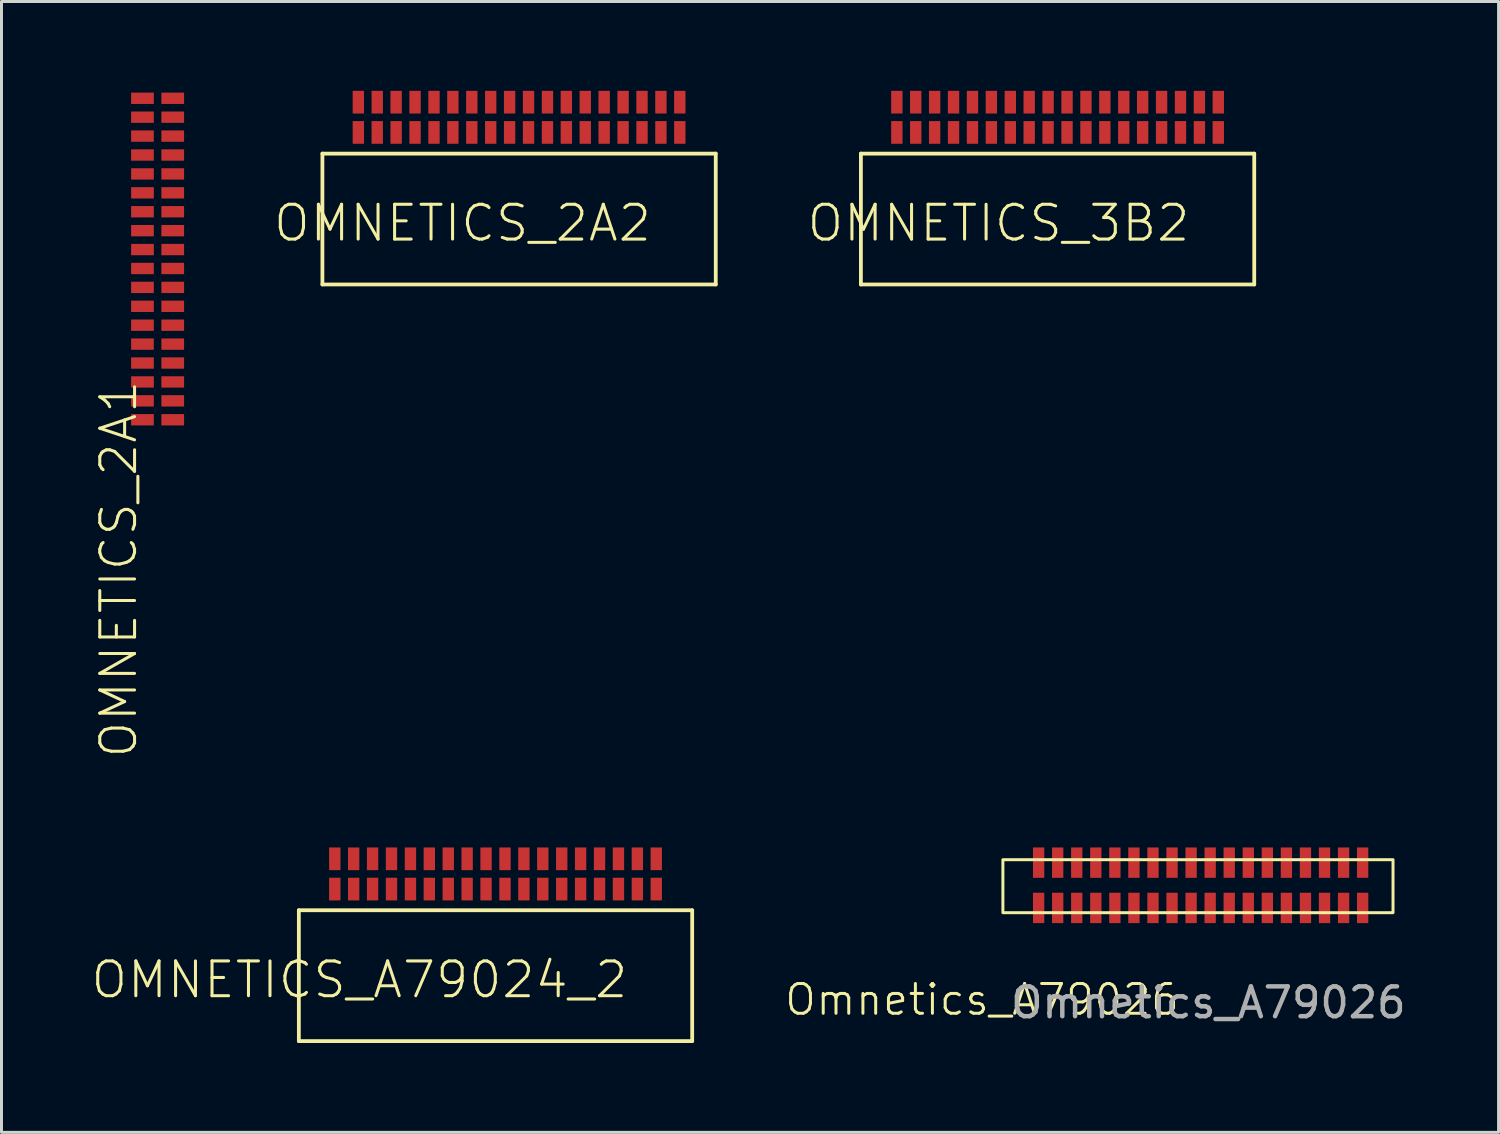
<source format=kicad_pcb>
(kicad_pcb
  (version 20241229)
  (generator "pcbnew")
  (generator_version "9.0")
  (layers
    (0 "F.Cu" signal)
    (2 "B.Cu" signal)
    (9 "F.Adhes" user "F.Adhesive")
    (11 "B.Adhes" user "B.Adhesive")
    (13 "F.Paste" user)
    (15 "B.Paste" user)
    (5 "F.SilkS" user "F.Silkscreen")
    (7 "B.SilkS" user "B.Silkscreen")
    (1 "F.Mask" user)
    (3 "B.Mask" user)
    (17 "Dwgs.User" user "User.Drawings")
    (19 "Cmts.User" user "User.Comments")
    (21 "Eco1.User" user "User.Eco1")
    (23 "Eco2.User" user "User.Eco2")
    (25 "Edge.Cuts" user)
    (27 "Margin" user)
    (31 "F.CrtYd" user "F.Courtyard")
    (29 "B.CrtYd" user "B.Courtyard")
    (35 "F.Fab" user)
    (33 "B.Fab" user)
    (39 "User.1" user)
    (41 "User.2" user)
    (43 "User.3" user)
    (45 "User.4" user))
  (footprint "OMNETICS_2A1"
    (layer "F.Cu")
    (at 2.25 0.25)
    (property "Reference" "OMNETICS_2A1" (at -2 9.4 270) (layer "F.SilkS") (effects (font (size 1.168 1.168) (thickness 0.102)) (justify right top)))
    (pad "B1" smd rect (at -0.516 0 270) (size 0.381 0.762) (layers "F.Cu" "F.Mask" "F.Paste"))
    (pad "B2" smd rect (at -0.516 0.635 270) (size 0.381 0.762) (layers "F.Cu" "F.Mask" "F.Paste"))
    (pad "B3" smd rect (at -0.516 1.27 270) (size 0.381 0.762) (layers "F.Cu" "F.Mask" "F.Paste"))
    (pad "B4" smd rect (at -0.516 1.905 270) (size 0.381 0.762) (layers "F.Cu" "F.Mask" "F.Paste"))
    (pad "B5" smd rect (at -0.516 2.54 270) (size 0.381 0.762) (layers "F.Cu" "F.Mask" "F.Paste"))
    (pad "B6" smd rect (at -0.516 3.175 270) (size 0.381 0.762) (layers "F.Cu" "F.Mask" "F.Paste"))
    (pad "B7" smd rect (at -0.516 3.81 270) (size 0.381 0.762) (layers "F.Cu" "F.Mask" "F.Paste"))
    (pad "B8" smd rect (at -0.516 4.445 270) (size 0.381 0.762) (layers "F.Cu" "F.Mask" "F.Paste"))
    (pad "B9" smd rect (at -0.516 5.08 270) (size 0.381 0.762) (layers "F.Cu" "F.Mask" "F.Paste"))
    (pad "B10" smd rect (at -0.516 5.715 270) (size 0.381 0.762) (layers "F.Cu" "F.Mask" "F.Paste"))
    (pad "B11" smd rect (at -0.516 6.35 270) (size 0.381 0.762) (layers "F.Cu" "F.Mask" "F.Paste"))
    (pad "B12" smd rect (at -0.516 6.985 270) (size 0.381 0.762) (layers "F.Cu" "F.Mask" "F.Paste"))
    (pad "B13" smd rect (at -0.516 7.62 270) (size 0.381 0.762) (layers "F.Cu" "F.Mask" "F.Paste"))
    (pad "B14" smd rect (at -0.516 8.255 270) (size 0.381 0.762) (layers "F.Cu" "F.Mask" "F.Paste"))
    (pad "B15" smd rect (at -0.516 8.89 270) (size 0.381 0.762) (layers "F.Cu" "F.Mask" "F.Paste"))
    (pad "B16" smd rect (at -0.516 9.525 270) (size 0.381 0.762) (layers "F.Cu" "F.Mask" "F.Paste"))
    (pad "B17" smd rect (at -0.516 10.16 270) (size 0.381 0.762) (layers "F.Cu" "F.Mask" "F.Paste"))
    (pad "B18" smd rect (at -0.516 10.795 270) (size 0.381 0.762) (layers "F.Cu" "F.Mask" "F.Paste"))
    (pad "T1" smd rect (at 0.5 0 270) (size 0.381 0.762) (layers "F.Cu" "F.Mask" "F.Paste"))
    (pad "T2" smd rect (at 0.5 0.635 270) (size 0.381 0.762) (layers "F.Cu" "F.Mask" "F.Paste"))
    (pad "T3" smd rect (at 0.5 1.27 270) (size 0.381 0.762) (layers "F.Cu" "F.Mask" "F.Paste"))
    (pad "T4" smd rect (at 0.5 1.905 270) (size 0.381 0.762) (layers "F.Cu" "F.Mask" "F.Paste"))
    (pad "T5" smd rect (at 0.5 2.54 270) (size 0.381 0.762) (layers "F.Cu" "F.Mask" "F.Paste"))
    (pad "T6" smd rect (at 0.5 3.175 270) (size 0.381 0.762) (layers "F.Cu" "F.Mask" "F.Paste"))
    (pad "T7" smd rect (at 0.5 3.81 270) (size 0.381 0.762) (layers "F.Cu" "F.Mask" "F.Paste"))
    (pad "T8" smd rect (at 0.5 4.445 270) (size 0.381 0.762) (layers "F.Cu" "F.Mask" "F.Paste"))
    (pad "T9" smd rect (at 0.5 5.08 270) (size 0.381 0.762) (layers "F.Cu" "F.Mask" "F.Paste"))
    (pad "T10" smd rect (at 0.5 5.715 270) (size 0.381 0.762) (layers "F.Cu" "F.Mask" "F.Paste"))
    (pad "T11" smd rect (at 0.5 6.35 270) (size 0.381 0.762) (layers "F.Cu" "F.Mask" "F.Paste"))
    (pad "T12" smd rect (at 0.5 6.985 270) (size 0.381 0.762) (layers "F.Cu" "F.Mask" "F.Paste"))
    (pad "T13" smd rect (at 0.5 7.62 270) (size 0.381 0.762) (layers "F.Cu" "F.Mask" "F.Paste"))
    (pad "T14" smd rect (at 0.5 8.255 270) (size 0.381 0.762) (layers "F.Cu" "F.Mask" "F.Paste"))
    (pad "T15" smd rect (at 0.5 8.89 270) (size 0.381 0.762) (layers "F.Cu" "F.Mask" "F.Paste"))
    (pad "T16" smd rect (at 0.5 9.525 270) (size 0.381 0.762) (layers "F.Cu" "F.Mask" "F.Paste"))
    (pad "T17" smd rect (at 0.5 10.16 270) (size 0.381 0.762) (layers "F.Cu" "F.Mask" "F.Paste"))
    (pad "T18" smd rect (at 0.5 10.795 270) (size 0.381 0.762) (layers "F.Cu" "F.Mask" "F.Paste")))
  (footprint "OMNETICS_3B2"
    (layer "F.Cu")
    (at 32.462 2.108)
    (property "Reference" "OMNETICS_3B2" (at 4.508 1.651 0) (layer "F.SilkS") (effects (font (size 1.168 1.168) (thickness 0.102)) (justify right top)))
    (fp_line (start -6.604 0) (end -6.604 4.394) (stroke (width 0.127) (type solid)) (layer "F.SilkS"))
    (fp_line (start -6.604 4.394) (end 6.604 4.394) (stroke (width 0.127) (type solid)) (layer "F.SilkS"))
    (fp_line (start 6.604 0) (end -6.604 0) (stroke (width 0.127) (type solid)) (layer "F.SilkS"))
    (fp_line (start 6.604 4.394) (end 6.604 0) (stroke (width 0.127) (type solid)) (layer "F.SilkS"))
    (pad "B1" smd rect (at -5.397 -0.711) (size 0.381 0.762) (layers "F.Cu" "F.Mask" "F.Paste"))
    (pad "B2" smd rect (at -4.763 -0.711) (size 0.381 0.762) (layers "F.Cu" "F.Mask" "F.Paste"))
    (pad "B3" smd rect (at -4.128 -0.711) (size 0.381 0.762) (layers "F.Cu" "F.Mask" "F.Paste"))
    (pad "B4" smd rect (at -3.493 -0.711) (size 0.381 0.762) (layers "F.Cu" "F.Mask" "F.Paste"))
    (pad "B5" smd rect (at -2.857 -0.711) (size 0.381 0.762) (layers "F.Cu" "F.Mask" "F.Paste"))
    (pad "B6" smd rect (at -2.223 -0.711) (size 0.381 0.762) (layers "F.Cu" "F.Mask" "F.Paste"))
    (pad "B7" smd rect (at -1.587 -0.711) (size 0.381 0.762) (layers "F.Cu" "F.Mask" "F.Paste"))
    (pad "B8" smd rect (at -0.953 -0.711) (size 0.381 0.762) (layers "F.Cu" "F.Mask" "F.Paste"))
    (pad "B9" smd rect (at -0.318 -0.711) (size 0.381 0.762) (layers "F.Cu" "F.Mask" "F.Paste"))
    (pad "B10" smd rect (at 0.318 -0.711) (size 0.381 0.762) (layers "F.Cu" "F.Mask" "F.Paste"))
    (pad "B11" smd rect (at 0.953 -0.711) (size 0.381 0.762) (layers "F.Cu" "F.Mask" "F.Paste"))
    (pad "B12" smd rect (at 1.587 -0.711) (size 0.381 0.762) (layers "F.Cu" "F.Mask" "F.Paste"))
    (pad "B13" smd rect (at 2.223 -0.711) (size 0.381 0.762) (layers "F.Cu" "F.Mask" "F.Paste"))
    (pad "B14" smd rect (at 2.857 -0.711) (size 0.381 0.762) (layers "F.Cu" "F.Mask" "F.Paste"))
    (pad "B15" smd rect (at 3.493 -0.711) (size 0.381 0.762) (layers "F.Cu" "F.Mask" "F.Paste"))
    (pad "B16" smd rect (at 4.128 -0.711) (size 0.381 0.762) (layers "F.Cu" "F.Mask" "F.Paste"))
    (pad "B17" smd rect (at 4.763 -0.711) (size 0.381 0.762) (layers "F.Cu" "F.Mask" "F.Paste"))
    (pad "B18" smd rect (at 5.397 -0.711) (size 0.381 0.762) (layers "F.Cu" "F.Mask" "F.Paste"))
    (pad "T1" smd rect (at -5.397 -1.727) (size 0.381 0.762) (layers "F.Cu" "F.Mask" "F.Paste"))
    (pad "T2" smd rect (at -4.763 -1.727) (size 0.381 0.762) (layers "F.Cu" "F.Mask" "F.Paste"))
    (pad "T3" smd rect (at -4.128 -1.727) (size 0.381 0.762) (layers "F.Cu" "F.Mask" "F.Paste"))
    (pad "T4" smd rect (at -3.493 -1.727) (size 0.381 0.762) (layers "F.Cu" "F.Mask" "F.Paste"))
    (pad "T5" smd rect (at -2.857 -1.727) (size 0.381 0.762) (layers "F.Cu" "F.Mask" "F.Paste"))
    (pad "T6" smd rect (at -2.223 -1.727) (size 0.381 0.762) (layers "F.Cu" "F.Mask" "F.Paste"))
    (pad "T7" smd rect (at -1.587 -1.727) (size 0.381 0.762) (layers "F.Cu" "F.Mask" "F.Paste"))
    (pad "T8" smd rect (at -0.953 -1.727) (size 0.381 0.762) (layers "F.Cu" "F.Mask" "F.Paste"))
    (pad "T9" smd rect (at -0.318 -1.727) (size 0.381 0.762) (layers "F.Cu" "F.Mask" "F.Paste"))
    (pad "T10" smd rect (at 0.318 -1.727) (size 0.381 0.762) (layers "F.Cu" "F.Mask" "F.Paste"))
    (pad "T11" smd rect (at 0.953 -1.727) (size 0.381 0.762) (layers "F.Cu" "F.Mask" "F.Paste"))
    (pad "T12" smd rect (at 1.587 -1.727) (size 0.381 0.762) (layers "F.Cu" "F.Mask" "F.Paste"))
    (pad "T13" smd rect (at 2.223 -1.727) (size 0.381 0.762) (layers "F.Cu" "F.Mask" "F.Paste"))
    (pad "T14" smd rect (at 2.857 -1.727) (size 0.381 0.762) (layers "F.Cu" "F.Mask" "F.Paste"))
    (pad "T15" smd rect (at 3.493 -1.727) (size 0.381 0.762) (layers "F.Cu" "F.Mask" "F.Paste"))
    (pad "T16" smd rect (at 4.128 -1.727) (size 0.381 0.762) (layers "F.Cu" "F.Mask" "F.Paste"))
    (pad "T17" smd rect (at 4.763 -1.727) (size 0.381 0.762) (layers "F.Cu" "F.Mask" "F.Paste"))
    (pad "T18" smd rect (at 5.397 -1.727) (size 0.381 0.762) (layers "F.Cu" "F.Mask" "F.Paste")))
  (footprint "OMNETICS_A79024_2"
    (layer "F.Cu")
    (at 13.589 27.515)
    (property "Reference" "OMNETICS_A79024_2" (at 4.508 1.651 0) (layer "F.SilkS") (effects (font (size 1.168 1.168) (thickness 0.102)) (justify right top)))
    (fp_line (start -6.604 0) (end -6.604 4.394) (stroke (width 0.127) (type solid)) (layer "F.SilkS"))
    (fp_line (start -6.604 4.394) (end 6.604 4.394) (stroke (width 0.127) (type solid)) (layer "F.SilkS"))
    (fp_line (start 6.604 0) (end -6.604 0) (stroke (width 0.127) (type solid)) (layer "F.SilkS"))
    (fp_line (start 6.604 4.394) (end 6.604 0) (stroke (width 0.127) (type solid)) (layer "F.SilkS"))
    (pad "B1" smd rect (at -5.397 -0.711) (size 0.381 0.762) (layers "F.Cu" "F.Mask" "F.Paste"))
    (pad "B2" smd rect (at -4.763 -0.711) (size 0.381 0.762) (layers "F.Cu" "F.Mask" "F.Paste"))
    (pad "B3" smd rect (at -4.128 -0.711) (size 0.381 0.762) (layers "F.Cu" "F.Mask" "F.Paste"))
    (pad "B4" smd rect (at -3.493 -0.711) (size 0.381 0.762) (layers "F.Cu" "F.Mask" "F.Paste"))
    (pad "B5" smd rect (at -2.857 -0.711) (size 0.381 0.762) (layers "F.Cu" "F.Mask" "F.Paste"))
    (pad "B6" smd rect (at -2.223 -0.711) (size 0.381 0.762) (layers "F.Cu" "F.Mask" "F.Paste"))
    (pad "B7" smd rect (at -1.587 -0.711) (size 0.381 0.762) (layers "F.Cu" "F.Mask" "F.Paste"))
    (pad "B8" smd rect (at -0.953 -0.711) (size 0.381 0.762) (layers "F.Cu" "F.Mask" "F.Paste"))
    (pad "B9" smd rect (at -0.318 -0.711) (size 0.381 0.762) (layers "F.Cu" "F.Mask" "F.Paste"))
    (pad "B10" smd rect (at 0.318 -0.711) (size 0.381 0.762) (layers "F.Cu" "F.Mask" "F.Paste"))
    (pad "B11" smd rect (at 0.953 -0.711) (size 0.381 0.762) (layers "F.Cu" "F.Mask" "F.Paste"))
    (pad "B12" smd rect (at 1.587 -0.711) (size 0.381 0.762) (layers "F.Cu" "F.Mask" "F.Paste"))
    (pad "B13" smd rect (at 2.223 -0.711) (size 0.381 0.762) (layers "F.Cu" "F.Mask" "F.Paste"))
    (pad "B14" smd rect (at 2.857 -0.711) (size 0.381 0.762) (layers "F.Cu" "F.Mask" "F.Paste"))
    (pad "B15" smd rect (at 3.493 -0.711) (size 0.381 0.762) (layers "F.Cu" "F.Mask" "F.Paste"))
    (pad "B16" smd rect (at 4.128 -0.711) (size 0.381 0.762) (layers "F.Cu" "F.Mask" "F.Paste"))
    (pad "B17" smd rect (at 4.763 -0.711) (size 0.381 0.762) (layers "F.Cu" "F.Mask" "F.Paste"))
    (pad "B18" smd rect (at 5.397 -0.711) (size 0.381 0.762) (layers "F.Cu" "F.Mask" "F.Paste"))
    (pad "T1" smd rect (at -5.397 -1.727) (size 0.381 0.762) (layers "F.Cu" "F.Mask" "F.Paste"))
    (pad "T2" smd rect (at -4.763 -1.727) (size 0.381 0.762) (layers "F.Cu" "F.Mask" "F.Paste"))
    (pad "T3" smd rect (at -4.128 -1.727) (size 0.381 0.762) (layers "F.Cu" "F.Mask" "F.Paste"))
    (pad "T4" smd rect (at -3.493 -1.727) (size 0.381 0.762) (layers "F.Cu" "F.Mask" "F.Paste"))
    (pad "T5" smd rect (at -2.857 -1.727) (size 0.381 0.762) (layers "F.Cu" "F.Mask" "F.Paste"))
    (pad "T6" smd rect (at -2.223 -1.727) (size 0.381 0.762) (layers "F.Cu" "F.Mask" "F.Paste"))
    (pad "T7" smd rect (at -1.587 -1.727) (size 0.381 0.762) (layers "F.Cu" "F.Mask" "F.Paste"))
    (pad "T8" smd rect (at -0.953 -1.727) (size 0.381 0.762) (layers "F.Cu" "F.Mask" "F.Paste"))
    (pad "T9" smd rect (at -0.318 -1.727) (size 0.381 0.762) (layers "F.Cu" "F.Mask" "F.Paste"))
    (pad "T10" smd rect (at 0.318 -1.727) (size 0.381 0.762) (layers "F.Cu" "F.Mask" "F.Paste"))
    (pad "T11" smd rect (at 0.953 -1.727) (size 0.381 0.762) (layers "F.Cu" "F.Mask" "F.Paste"))
    (pad "T12" smd rect (at 1.587 -1.727) (size 0.381 0.762) (layers "F.Cu" "F.Mask" "F.Paste"))
    (pad "T13" smd rect (at 2.223 -1.727) (size 0.381 0.762) (layers "F.Cu" "F.Mask" "F.Paste"))
    (pad "T14" smd rect (at 2.857 -1.727) (size 0.381 0.762) (layers "F.Cu" "F.Mask" "F.Paste"))
    (pad "T15" smd rect (at 3.493 -1.727) (size 0.381 0.762) (layers "F.Cu" "F.Mask" "F.Paste"))
    (pad "T16" smd rect (at 4.128 -1.727) (size 0.381 0.762) (layers "F.Cu" "F.Mask" "F.Paste"))
    (pad "T17" smd rect (at 4.763 -1.727) (size 0.381 0.762) (layers "F.Cu" "F.Mask" "F.Paste"))
    (pad "T18" smd rect (at 5.397 -1.727) (size 0.381 0.762) (layers "F.Cu" "F.Mask" "F.Paste")))
  (footprint "OMNETICS_2A2"
    (layer "F.Cu")
    (at 14.38 2.108)
    (property "Reference" "OMNETICS_2A2" (at 4.508 1.651 0) (layer "F.SilkS") (effects (font (size 1.168 1.168) (thickness 0.102)) (justify right top)))
    (fp_line (start -6.604 0) (end -6.604 4.394) (stroke (width 0.127) (type solid)) (layer "F.SilkS"))
    (fp_line (start -6.604 4.394) (end 6.604 4.394) (stroke (width 0.127) (type solid)) (layer "F.SilkS"))
    (fp_line (start 6.604 0) (end -6.604 0) (stroke (width 0.127) (type solid)) (layer "F.SilkS"))
    (fp_line (start 6.604 4.394) (end 6.604 0) (stroke (width 0.127) (type solid)) (layer "F.SilkS"))
    (pad "B1" smd rect (at -5.397 -0.711) (size 0.381 0.762) (layers "F.Cu" "F.Mask" "F.Paste"))
    (pad "B2" smd rect (at -4.763 -0.711) (size 0.381 0.762) (layers "F.Cu" "F.Mask" "F.Paste"))
    (pad "B3" smd rect (at -4.128 -0.711) (size 0.381 0.762) (layers "F.Cu" "F.Mask" "F.Paste"))
    (pad "B4" smd rect (at -3.493 -0.711) (size 0.381 0.762) (layers "F.Cu" "F.Mask" "F.Paste"))
    (pad "B5" smd rect (at -2.857 -0.711) (size 0.381 0.762) (layers "F.Cu" "F.Mask" "F.Paste"))
    (pad "B6" smd rect (at -2.223 -0.711) (size 0.381 0.762) (layers "F.Cu" "F.Mask" "F.Paste"))
    (pad "B7" smd rect (at -1.587 -0.711) (size 0.381 0.762) (layers "F.Cu" "F.Mask" "F.Paste"))
    (pad "B8" smd rect (at -0.953 -0.711) (size 0.381 0.762) (layers "F.Cu" "F.Mask" "F.Paste"))
    (pad "B9" smd rect (at -0.318 -0.711) (size 0.381 0.762) (layers "F.Cu" "F.Mask" "F.Paste"))
    (pad "B10" smd rect (at 0.318 -0.711) (size 0.381 0.762) (layers "F.Cu" "F.Mask" "F.Paste"))
    (pad "B11" smd rect (at 0.953 -0.711) (size 0.381 0.762) (layers "F.Cu" "F.Mask" "F.Paste"))
    (pad "B12" smd rect (at 1.587 -0.711) (size 0.381 0.762) (layers "F.Cu" "F.Mask" "F.Paste"))
    (pad "B13" smd rect (at 2.223 -0.711) (size 0.381 0.762) (layers "F.Cu" "F.Mask" "F.Paste"))
    (pad "B14" smd rect (at 2.857 -0.711) (size 0.381 0.762) (layers "F.Cu" "F.Mask" "F.Paste"))
    (pad "B15" smd rect (at 3.493 -0.711) (size 0.381 0.762) (layers "F.Cu" "F.Mask" "F.Paste"))
    (pad "B16" smd rect (at 4.128 -0.711) (size 0.381 0.762) (layers "F.Cu" "F.Mask" "F.Paste"))
    (pad "B17" smd rect (at 4.763 -0.711) (size 0.381 0.762) (layers "F.Cu" "F.Mask" "F.Paste"))
    (pad "B18" smd rect (at 5.397 -0.711) (size 0.381 0.762) (layers "F.Cu" "F.Mask" "F.Paste"))
    (pad "T1" smd rect (at -5.397 -1.727) (size 0.381 0.762) (layers "F.Cu" "F.Mask" "F.Paste"))
    (pad "T2" smd rect (at -4.763 -1.727) (size 0.381 0.762) (layers "F.Cu" "F.Mask" "F.Paste"))
    (pad "T3" smd rect (at -4.128 -1.727) (size 0.381 0.762) (layers "F.Cu" "F.Mask" "F.Paste"))
    (pad "T4" smd rect (at -3.493 -1.727) (size 0.381 0.762) (layers "F.Cu" "F.Mask" "F.Paste"))
    (pad "T5" smd rect (at -2.857 -1.727) (size 0.381 0.762) (layers "F.Cu" "F.Mask" "F.Paste"))
    (pad "T6" smd rect (at -2.223 -1.727) (size 0.381 0.762) (layers "F.Cu" "F.Mask" "F.Paste"))
    (pad "T7" smd rect (at -1.587 -1.727) (size 0.381 0.762) (layers "F.Cu" "F.Mask" "F.Paste"))
    (pad "T8" smd rect (at -0.953 -1.727) (size 0.381 0.762) (layers "F.Cu" "F.Mask" "F.Paste"))
    (pad "T9" smd rect (at -0.318 -1.727) (size 0.381 0.762) (layers "F.Cu" "F.Mask" "F.Paste"))
    (pad "T10" smd rect (at 0.318 -1.727) (size 0.381 0.762) (layers "F.Cu" "F.Mask" "F.Paste"))
    (pad "T11" smd rect (at 0.953 -1.727) (size 0.381 0.762) (layers "F.Cu" "F.Mask" "F.Paste"))
    (pad "T12" smd rect (at 1.587 -1.727) (size 0.381 0.762) (layers "F.Cu" "F.Mask" "F.Paste"))
    (pad "T13" smd rect (at 2.223 -1.727) (size 0.381 0.762) (layers "F.Cu" "F.Mask" "F.Paste"))
    (pad "T14" smd rect (at 2.857 -1.727) (size 0.381 0.762) (layers "F.Cu" "F.Mask" "F.Paste"))
    (pad "T15" smd rect (at 3.493 -1.727) (size 0.381 0.762) (layers "F.Cu" "F.Mask" "F.Paste"))
    (pad "T16" smd rect (at 4.128 -1.727) (size 0.381 0.762) (layers "F.Cu" "F.Mask" "F.Paste"))
    (pad "T17" smd rect (at 4.763 -1.727) (size 0.381 0.762) (layers "F.Cu" "F.Mask" "F.Paste"))
    (pad "T18" smd rect (at 5.397 -1.727) (size 0.381 0.762) (layers "F.Cu" "F.Mask" "F.Paste")))
  (footprint "Omnetics_A79026"
    (layer "F.Cu")
    (at 31.826 25.917)
    (property "Reference" "Omnetics_A79026" (at -1.9 4.6 0) (unlocked yes) (layer "F.SilkS") (effects (font (size 1 1) (thickness 0.1))))
    (attr smd)
    (fp_rect (start -1.2 -0.1) (end 11.9 1.68) (stroke (width 0.1) (type default)) (fill no) (layer "F.SilkS"))
    (fp_text user "${REFERENCE}" (at 5.7 4.7 0) (unlocked yes) (layer "F.Fab") (effects (font (size 1 1) (thickness 0.15))))
    (pad "1" smd rect (at 0 0) (size 0.38 1.02) (layers "F.Cu" "F.Mask" "F.Paste"))
    (pad "2" smd rect (at 0.64 0) (size 0.38 1.02) (layers "F.Cu" "F.Mask" "F.Paste"))
    (pad "3" smd rect (at 1.28 0) (size 0.38 1.02) (layers "F.Cu" "F.Mask" "F.Paste"))
    (pad "4" smd rect (at 1.92 0) (size 0.38 1.02) (layers "F.Cu" "F.Mask" "F.Paste"))
    (pad "5" smd rect (at 2.56 0) (size 0.38 1.02) (layers "F.Cu" "F.Mask" "F.Paste"))
    (pad "6" smd rect (at 3.2 0) (size 0.38 1.02) (layers "F.Cu" "F.Mask" "F.Paste"))
    (pad "7" smd rect (at 3.84 0) (size 0.38 1.02) (layers "F.Cu" "F.Mask" "F.Paste"))
    (pad "8" smd rect (at 4.48 0) (size 0.38 1.02) (layers "F.Cu" "F.Mask" "F.Paste"))
    (pad "9" smd rect (at 5.12 0) (size 0.38 1.02) (layers "F.Cu" "F.Mask" "F.Paste"))
    (pad "10" smd rect (at 5.76 0) (size 0.38 1.02) (layers "F.Cu" "F.Mask" "F.Paste"))
    (pad "11" smd rect (at 6.4 0) (size 0.38 1.02) (layers "F.Cu" "F.Mask" "F.Paste"))
    (pad "12" smd rect (at 7.04 0) (size 0.38 1.02) (layers "F.Cu" "F.Mask" "F.Paste"))
    (pad "13" smd rect (at 7.68 0) (size 0.38 1.02) (layers "F.Cu" "F.Mask" "F.Paste"))
    (pad "14" smd rect (at 8.32 0) (size 0.38 1.02) (layers "F.Cu" "F.Mask" "F.Paste"))
    (pad "15" smd rect (at 8.96 0) (size 0.38 1.02) (layers "F.Cu" "F.Mask" "F.Paste"))
    (pad "16" smd rect (at 9.6 0) (size 0.38 1.02) (layers "F.Cu" "F.Mask" "F.Paste"))
    (pad "17" smd rect (at 10.24 0) (size 0.38 1.02) (layers "F.Cu" "F.Mask" "F.Paste"))
    (pad "18" smd rect (at 10.88 0) (size 0.38 1.02) (layers "F.Cu" "F.Mask" "F.Paste"))
    (pad "19" smd rect (at 0 1.52) (size 0.38 1.02) (layers "F.Cu" "F.Mask" "F.Paste"))
    (pad "20" smd rect (at 0.64 1.52) (size 0.38 1.02) (layers "F.Cu" "F.Mask" "F.Paste"))
    (pad "21" smd rect (at 1.28 1.52) (size 0.38 1.02) (layers "F.Cu" "F.Mask" "F.Paste"))
    (pad "22" smd rect (at 1.92 1.52) (size 0.38 1.02) (layers "F.Cu" "F.Mask" "F.Paste"))
    (pad "23" smd rect (at 2.56 1.52) (size 0.38 1.02) (layers "F.Cu" "F.Mask" "F.Paste"))
    (pad "24" smd rect (at 3.2 1.52) (size 0.38 1.02) (layers "F.Cu" "F.Mask" "F.Paste"))
    (pad "25" smd rect (at 3.84 1.52) (size 0.38 1.02) (layers "F.Cu" "F.Mask" "F.Paste"))
    (pad "26" smd rect (at 4.48 1.52) (size 0.38 1.02) (layers "F.Cu" "F.Mask" "F.Paste"))
    (pad "27" smd rect (at 5.12 1.52) (size 0.38 1.02) (layers "F.Cu" "F.Mask" "F.Paste"))
    (pad "28" smd rect (at 5.76 1.52) (size 0.38 1.02) (layers "F.Cu" "F.Mask" "F.Paste"))
    (pad "29" smd rect (at 6.4 1.52) (size 0.38 1.02) (layers "F.Cu" "F.Mask" "F.Paste"))
    (pad "30" smd rect (at 7.04 1.52) (size 0.38 1.02) (layers "F.Cu" "F.Mask" "F.Paste"))
    (pad "31" smd rect (at 7.68 1.52) (size 0.38 1.02) (layers "F.Cu" "F.Mask" "F.Paste"))
    (pad "32" smd rect (at 8.32 1.52) (size 0.38 1.02) (layers "F.Cu" "F.Mask" "F.Paste"))
    (pad "33" smd rect (at 8.96 1.52) (size 0.38 1.02) (layers "F.Cu" "F.Mask" "F.Paste"))
    (pad "34" smd rect (at 9.6 1.52) (size 0.38 1.02) (layers "F.Cu" "F.Mask" "F.Paste"))
    (pad "35" smd rect (at 10.24 1.52) (size 0.38 1.02) (layers "F.Cu" "F.Mask" "F.Paste"))
    (pad "36" smd rect (at 10.88 1.52) (size 0.38 1.02) (layers "F.Cu" "F.Mask" "F.Paste")))
  (gr_rect
    (start -3 -3)
    (end 47.27 34.973)
    (stroke (width 0.1) (type default))
    (fill no)
    (layer "Edge.Cuts")))
</source>
